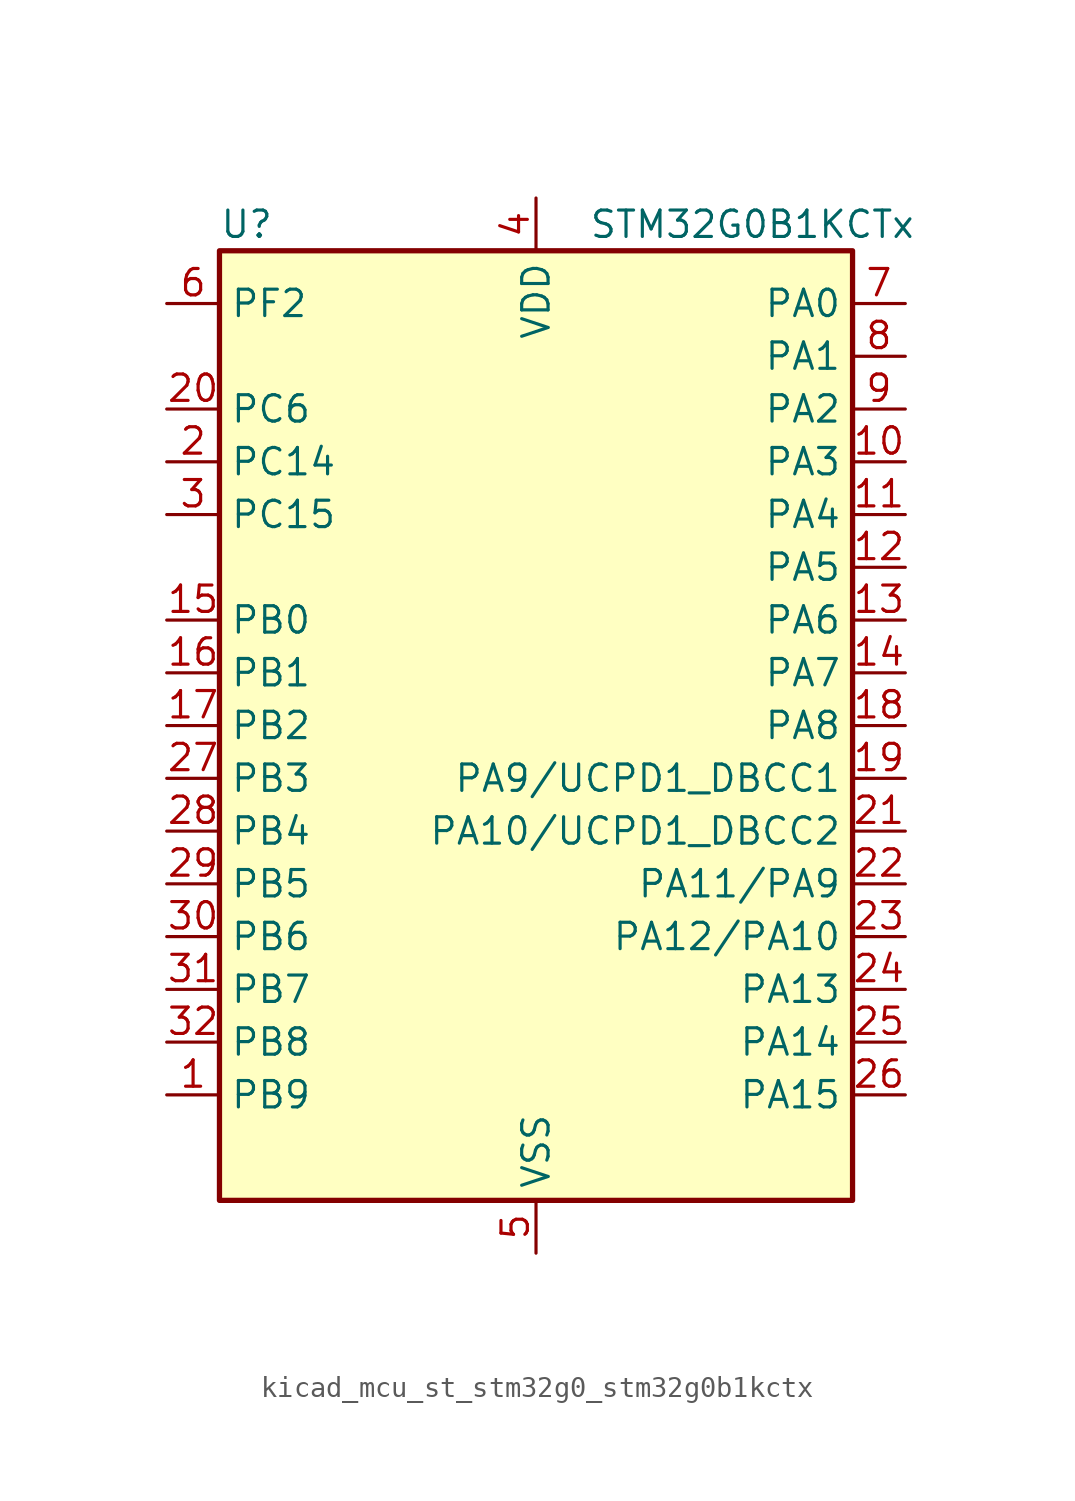
<source format=kicad_sym>
(kicad_symbol_lib
  (version 20220914)
  (generator kicad_symbol_editor)
  (symbol "kicad_mcu_st_stm32g0_stm32g0b1kctx"
    (property "Reference" "U"
      (at -15.24 24.13 0)
      (effects (font (size 1.27 1.27)) (justify left)))
    (property "Value" "STM32G0B1KCTx"
      (at 2.54 24.13 0)
      (effects (font (size 1.27 1.27)) (justify left)))
    (property "ki_locked" ""
      (at 0 0 0)
      (effects (font (size 1.27 1.27))))
    (symbol "kicad_mcu_st_stm32g0_stm32g0b1kctx_0_1"
      (rectangle (start -15.24 -22.86) (end 15.24 22.86) (stroke (width 0.254) (type default)) (fill (type background))))
    (symbol "kicad_mcu_st_stm32g0_stm32g0b1kctx_1_1"
      (pin bidirectional line (at -17.78 -17.78 0) (length 2.54) (name "PB9" (effects (font (size 1.27 1.27)))) (number "1" (effects (font (size 1.27 1.27)))) (alternate "DAC1_EXTI9" bidirectional line) (alternate "FDCAN1_TX" bidirectional line) (alternate "I2C1_SDA" bidirectional line) (alternate "I2S2_WS" bidirectional line) (alternate "IR_OUT" bidirectional line) (alternate "SPI2_NSS" bidirectional line) (alternate "TIM17_CH1" bidirectional line) (alternate "TIM4_CH4" bidirectional line) (alternate "USART3_RX" bidirectional line) (alternate "USART6_RX" bidirectional line))
      (pin bidirectional line (at 17.78 12.7 180) (length 2.54) (name "PA3" (effects (font (size 1.27 1.27)))) (number "10" (effects (font (size 1.27 1.27)))) (alternate "ADC1_IN3" bidirectional line) (alternate "COMP2_INP" bidirectional line) (alternate "I2S2_MCK" bidirectional line) (alternate "LPUART1_RX" bidirectional line) (alternate "SPI2_MISO" bidirectional line) (alternate "TIM15_CH2" bidirectional line) (alternate "TIM2_CH4" bidirectional line) (alternate "USART2_RX" bidirectional line))
      (pin bidirectional line (at 17.78 10.16 180) (length 2.54) (name "PA4" (effects (font (size 1.27 1.27)))) (number "11" (effects (font (size 1.27 1.27)))) (alternate "ADC1_IN4" bidirectional line) (alternate "DAC1_OUT1" bidirectional line) (alternate "I2S1_WS" bidirectional line) (alternate "I2S2_SD" bidirectional line) (alternate "LPTIM2_OUT" bidirectional line) (alternate "RTC_OUT1" bidirectional line) (alternate "RTC_TAMP_IN1" bidirectional line) (alternate "RTC_TS" bidirectional line) (alternate "SPI1_NSS" bidirectional line) (alternate "SPI2_MOSI" bidirectional line) (alternate "SPI3_NSS" bidirectional line) (alternate "SYS_WKUP2" bidirectional line) (alternate "TIM14_CH1" bidirectional line) (alternate "USART6_TX" bidirectional line) (alternate "USB_NOE" bidirectional line))
      (pin bidirectional line (at 17.78 7.62 180) (length 2.54) (name "PA5" (effects (font (size 1.27 1.27)))) (number "12" (effects (font (size 1.27 1.27)))) (alternate "ADC1_IN5" bidirectional line) (alternate "CEC" bidirectional line) (alternate "DAC1_OUT2" bidirectional line) (alternate "I2S1_CK" bidirectional line) (alternate "LPTIM2_ETR" bidirectional line) (alternate "SPI1_SCK" bidirectional line) (alternate "TIM2_CH1" bidirectional line) (alternate "TIM2_ETR" bidirectional line) (alternate "UCPD1_FRSTX1" bidirectional line) (alternate "UCPD1_FRSTX2" bidirectional line) (alternate "USART3_TX" bidirectional line) (alternate "USART6_RX" bidirectional line))
      (pin bidirectional line (at 17.78 5.08 180) (length 2.54) (name "PA6" (effects (font (size 1.27 1.27)))) (number "13" (effects (font (size 1.27 1.27)))) (alternate "ADC1_IN6" bidirectional line) (alternate "COMP1_OUT" bidirectional line) (alternate "I2C2_SDA" bidirectional line) (alternate "I2C3_SDA" bidirectional line) (alternate "I2S1_MCK" bidirectional line) (alternate "LPUART1_CTS" bidirectional line) (alternate "SPI1_MISO" bidirectional line) (alternate "TIM16_CH1" bidirectional line) (alternate "TIM1_BK" bidirectional line) (alternate "TIM3_CH1" bidirectional line) (alternate "USART3_CTS" bidirectional line) (alternate "USART3_NSS" bidirectional line) (alternate "USART6_CTS" bidirectional line) (alternate "USART6_NSS" bidirectional line))
      (pin bidirectional line (at 17.78 2.54 180) (length 2.54) (name "PA7" (effects (font (size 1.27 1.27)))) (number "14" (effects (font (size 1.27 1.27)))) (alternate "ADC1_IN7" bidirectional line) (alternate "COMP2_OUT" bidirectional line) (alternate "I2C2_SCL" bidirectional line) (alternate "I2C3_SCL" bidirectional line) (alternate "I2S1_SD" bidirectional line) (alternate "SPI1_MOSI" bidirectional line) (alternate "TIM14_CH1" bidirectional line) (alternate "TIM17_CH1" bidirectional line) (alternate "TIM1_CH1N" bidirectional line) (alternate "TIM3_CH2" bidirectional line) (alternate "UCPD1_FRSTX1" bidirectional line) (alternate "UCPD1_FRSTX2" bidirectional line) (alternate "USART6_CK" bidirectional line) (alternate "USART6_DE" bidirectional line) (alternate "USART6_RTS" bidirectional line))
      (pin bidirectional line (at -17.78 5.08 0) (length 2.54) (name "PB0" (effects (font (size 1.27 1.27)))) (number "15" (effects (font (size 1.27 1.27)))) (alternate "ADC1_IN8" bidirectional line) (alternate "COMP1_OUT" bidirectional line) (alternate "COMP3_INP" bidirectional line) (alternate "FDCAN2_RX" bidirectional line) (alternate "I2S1_WS" bidirectional line) (alternate "LPTIM1_OUT" bidirectional line) (alternate "LPUART2_CTS" bidirectional line) (alternate "SPI1_NSS" bidirectional line) (alternate "TIM1_CH2N" bidirectional line) (alternate "TIM3_CH3" bidirectional line) (alternate "UCPD1_FRSTX1" bidirectional line) (alternate "UCPD1_FRSTX2" bidirectional line) (alternate "USART3_RX" bidirectional line) (alternate "USART5_TX" bidirectional line))
      (pin bidirectional line (at -17.78 2.54 0) (length 2.54) (name "PB1" (effects (font (size 1.27 1.27)))) (number "16" (effects (font (size 1.27 1.27)))) (alternate "ADC1_IN9" bidirectional line) (alternate "COMP1_INM" bidirectional line) (alternate "COMP3_OUT" bidirectional line) (alternate "FDCAN2_TX" bidirectional line) (alternate "LPTIM2_IN1" bidirectional line) (alternate "LPUART1_DE" bidirectional line) (alternate "LPUART1_RTS" bidirectional line) (alternate "LPUART2_DE" bidirectional line) (alternate "LPUART2_RTS" bidirectional line) (alternate "TIM14_CH1" bidirectional line) (alternate "TIM1_CH3N" bidirectional line) (alternate "TIM3_CH4" bidirectional line) (alternate "USART3_CK" bidirectional line) (alternate "USART3_DE" bidirectional line) (alternate "USART3_RTS" bidirectional line) (alternate "USART5_RX" bidirectional line))
      (pin bidirectional line (at -17.78 0 0) (length 2.54) (name "PB2" (effects (font (size 1.27 1.27)))) (number "17" (effects (font (size 1.27 1.27)))) (alternate "ADC1_IN10" bidirectional line) (alternate "COMP1_INP" bidirectional line) (alternate "COMP3_INM" bidirectional line) (alternate "I2S2_MCK" bidirectional line) (alternate "LPTIM1_OUT" bidirectional line) (alternate "RCC_MCO_2" bidirectional line) (alternate "SPI2_MISO" bidirectional line) (alternate "USART3_TX" bidirectional line))
      (pin bidirectional line (at 17.78 0 180) (length 2.54) (name "PA8" (effects (font (size 1.27 1.27)))) (number "18" (effects (font (size 1.27 1.27)))) (alternate "CRS1_SYNC" bidirectional line) (alternate "I2C2_SMBA" bidirectional line) (alternate "I2S2_WS" bidirectional line) (alternate "LPTIM2_OUT" bidirectional line) (alternate "RCC_MCO" bidirectional line) (alternate "SPI2_NSS" bidirectional line) (alternate "TIM1_CH1" bidirectional line) (alternate "UCPD1_CC1" bidirectional line))
      (pin bidirectional line (at 17.78 -2.54 180) (length 2.54) (name "PA9/UCPD1_DBCC1" (effects (font (size 1.27 1.27)))) (number "19" (effects (font (size 1.27 1.27)))) (alternate "DAC1_EXTI9" bidirectional line) (alternate "I2C1_SCL" bidirectional line) (alternate "I2C2_SCL" bidirectional line) (alternate "I2S2_MCK" bidirectional line) (alternate "RCC_MCO" bidirectional line) (alternate "SPI2_MISO" bidirectional line) (alternate "TIM15_BK" bidirectional line) (alternate "TIM1_CH2" bidirectional line) (alternate "UCPD1_DBCC1" bidirectional line) (alternate "USART1_TX" bidirectional line))
      (pin bidirectional line (at -17.78 12.7 0) (length 2.54) (name "PC14" (effects (font (size 1.27 1.27)))) (number "2" (effects (font (size 1.27 1.27)))) (alternate "RCC_OSC32_IN" bidirectional line) (alternate "RCC_OSC_IN" bidirectional line) (alternate "TIM1_BK2" bidirectional line))
      (pin bidirectional line (at -17.78 15.24 0) (length 2.54) (name "PC6" (effects (font (size 1.27 1.27)))) (number "20" (effects (font (size 1.27 1.27)))) (alternate "LPUART2_TX" bidirectional line) (alternate "TIM2_CH3" bidirectional line) (alternate "TIM3_CH1" bidirectional line) (alternate "UCPD1_FRSTX1" bidirectional line) (alternate "UCPD1_FRSTX2" bidirectional line))
      (pin bidirectional line (at 17.78 -5.08 180) (length 2.54) (name "PA10/UCPD1_DBCC2" (effects (font (size 1.27 1.27)))) (number "21" (effects (font (size 1.27 1.27)))) (alternate "I2C1_SDA" bidirectional line) (alternate "I2C2_SDA" bidirectional line) (alternate "I2S2_SD" bidirectional line) (alternate "RCC_MCO_2" bidirectional line) (alternate "SPI2_MOSI" bidirectional line) (alternate "TIM17_BK" bidirectional line) (alternate "TIM1_CH3" bidirectional line) (alternate "UCPD1_DBCC2" bidirectional line) (alternate "USART1_RX" bidirectional line))
      (pin bidirectional line (at 17.78 -7.62 180) (length 2.54) (name "PA11/PA9" (effects (font (size 1.27 1.27)))) (number "22" (effects (font (size 1.27 1.27)))) (alternate "ADC1_EXTI11" bidirectional line) (alternate "COMP1_OUT" bidirectional line) (alternate "FDCAN1_RX" bidirectional line) (alternate "I2C2_SCL" bidirectional line) (alternate "I2S1_MCK" bidirectional line) (alternate "SPI1_MISO" bidirectional line) (alternate "TIM1_BK2" bidirectional line) (alternate "TIM1_CH4" bidirectional line) (alternate "USART1_CTS" bidirectional line) (alternate "USART1_NSS" bidirectional line) (alternate "USB_DM" bidirectional line))
      (pin bidirectional line (at 17.78 -10.16 180) (length 2.54) (name "PA12/PA10" (effects (font (size 1.27 1.27)))) (number "23" (effects (font (size 1.27 1.27)))) (alternate "COMP2_OUT" bidirectional line) (alternate "FDCAN1_TX" bidirectional line) (alternate "I2C2_SDA" bidirectional line) (alternate "I2S1_SD" bidirectional line) (alternate "I2S_CKIN" bidirectional line) (alternate "SPI1_MOSI" bidirectional line) (alternate "TIM1_ETR" bidirectional line) (alternate "USART1_CK" bidirectional line) (alternate "USART1_DE" bidirectional line) (alternate "USART1_RTS" bidirectional line) (alternate "USB_DP" bidirectional line))
      (pin bidirectional line (at 17.78 -12.7 180) (length 2.54) (name "PA13" (effects (font (size 1.27 1.27)))) (number "24" (effects (font (size 1.27 1.27)))) (alternate "IR_OUT" bidirectional line) (alternate "LPUART2_RX" bidirectional line) (alternate "SYS_SWDIO" bidirectional line) (alternate "USB_NOE" bidirectional line))
      (pin bidirectional line (at 17.78 -15.24 180) (length 2.54) (name "PA14" (effects (font (size 1.27 1.27)))) (number "25" (effects (font (size 1.27 1.27)))) (alternate "LPUART2_TX" bidirectional line) (alternate "SYS_SWCLK" bidirectional line) (alternate "USART2_TX" bidirectional line))
      (pin bidirectional line (at 17.78 -17.78 180) (length 2.54) (name "PA15" (effects (font (size 1.27 1.27)))) (number "26" (effects (font (size 1.27 1.27)))) (alternate "I2C2_SMBA" bidirectional line) (alternate "I2S1_WS" bidirectional line) (alternate "RCC_MCO_2" bidirectional line) (alternate "SPI1_NSS" bidirectional line) (alternate "SPI3_NSS" bidirectional line) (alternate "TIM2_CH1" bidirectional line) (alternate "TIM2_ETR" bidirectional line) (alternate "USART2_RX" bidirectional line) (alternate "USART3_CK" bidirectional line) (alternate "USART3_DE" bidirectional line) (alternate "USART3_RTS" bidirectional line) (alternate "USART4_CK" bidirectional line) (alternate "USART4_DE" bidirectional line) (alternate "USART4_RTS" bidirectional line) (alternate "USB_NOE" bidirectional line))
      (pin bidirectional line (at -17.78 -2.54 0) (length 2.54) (name "PB3" (effects (font (size 1.27 1.27)))) (number "27" (effects (font (size 1.27 1.27)))) (alternate "COMP2_INM" bidirectional line) (alternate "I2C2_SCL" bidirectional line) (alternate "I2C3_SCL" bidirectional line) (alternate "I2S1_CK" bidirectional line) (alternate "SPI1_SCK" bidirectional line) (alternate "SPI3_SCK" bidirectional line) (alternate "TIM1_CH2" bidirectional line) (alternate "TIM2_CH2" bidirectional line) (alternate "USART1_CK" bidirectional line) (alternate "USART1_DE" bidirectional line) (alternate "USART1_RTS" bidirectional line) (alternate "USART5_TX" bidirectional line))
      (pin bidirectional line (at -17.78 -5.08 0) (length 2.54) (name "PB4" (effects (font (size 1.27 1.27)))) (number "28" (effects (font (size 1.27 1.27)))) (alternate "COMP2_INP" bidirectional line) (alternate "I2C2_SDA" bidirectional line) (alternate "I2C3_SDA" bidirectional line) (alternate "I2S1_MCK" bidirectional line) (alternate "SPI1_MISO" bidirectional line) (alternate "SPI3_MISO" bidirectional line) (alternate "TIM17_BK" bidirectional line) (alternate "TIM3_CH1" bidirectional line) (alternate "USART1_CTS" bidirectional line) (alternate "USART1_NSS" bidirectional line) (alternate "USART5_RX" bidirectional line))
      (pin bidirectional line (at -17.78 -7.62 0) (length 2.54) (name "PB5" (effects (font (size 1.27 1.27)))) (number "29" (effects (font (size 1.27 1.27)))) (alternate "COMP2_OUT" bidirectional line) (alternate "FDCAN2_RX" bidirectional line) (alternate "I2C1_SMBA" bidirectional line) (alternate "I2S1_SD" bidirectional line) (alternate "LPTIM1_IN1" bidirectional line) (alternate "SPI1_MOSI" bidirectional line) (alternate "SPI3_MOSI" bidirectional line) (alternate "SYS_WKUP6" bidirectional line) (alternate "TIM16_BK" bidirectional line) (alternate "TIM3_CH2" bidirectional line) (alternate "USART5_CK" bidirectional line) (alternate "USART5_DE" bidirectional line) (alternate "USART5_RTS" bidirectional line))
      (pin bidirectional line (at -17.78 10.16 0) (length 2.54) (name "PC15" (effects (font (size 1.27 1.27)))) (number "3" (effects (font (size 1.27 1.27)))) (alternate "RCC_OSC32_EN" bidirectional line) (alternate "RCC_OSC32_OUT" bidirectional line) (alternate "RCC_OSC_EN" bidirectional line) (alternate "TIM15_BK" bidirectional line))
      (pin bidirectional line (at -17.78 -10.16 0) (length 2.54) (name "PB6" (effects (font (size 1.27 1.27)))) (number "30" (effects (font (size 1.27 1.27)))) (alternate "COMP2_INP" bidirectional line) (alternate "FDCAN2_TX" bidirectional line) (alternate "I2C1_SCL" bidirectional line) (alternate "I2S2_MCK" bidirectional line) (alternate "LPTIM1_ETR" bidirectional line) (alternate "LPUART2_TX" bidirectional line) (alternate "SPI2_MISO" bidirectional line) (alternate "TIM16_CH1N" bidirectional line) (alternate "TIM1_CH3" bidirectional line) (alternate "TIM4_CH1" bidirectional line) (alternate "USART1_TX" bidirectional line) (alternate "USART5_CTS" bidirectional line) (alternate "USART5_NSS" bidirectional line))
      (pin bidirectional line (at -17.78 -12.7 0) (length 2.54) (name "PB7" (effects (font (size 1.27 1.27)))) (number "31" (effects (font (size 1.27 1.27)))) (alternate "COMP2_INM" bidirectional line) (alternate "I2C1_SDA" bidirectional line) (alternate "I2S2_SD" bidirectional line) (alternate "LPTIM1_IN2" bidirectional line) (alternate "LPUART2_RX" bidirectional line) (alternate "SPI2_MOSI" bidirectional line) (alternate "SYS_PVD_IN" bidirectional line) (alternate "TIM17_CH1N" bidirectional line) (alternate "TIM4_CH2" bidirectional line) (alternate "USART1_RX" bidirectional line) (alternate "USART4_CTS" bidirectional line) (alternate "USART4_NSS" bidirectional line))
      (pin bidirectional line (at -17.78 -15.24 0) (length 2.54) (name "PB8" (effects (font (size 1.27 1.27)))) (number "32" (effects (font (size 1.27 1.27)))) (alternate "CEC" bidirectional line) (alternate "FDCAN1_RX" bidirectional line) (alternate "I2C1_SCL" bidirectional line) (alternate "I2S2_CK" bidirectional line) (alternate "SPI2_SCK" bidirectional line) (alternate "TIM15_BK" bidirectional line) (alternate "TIM16_CH1" bidirectional line) (alternate "TIM4_CH3" bidirectional line) (alternate "USART3_TX" bidirectional line) (alternate "USART6_TX" bidirectional line))
      (pin power_in line (at 0 25.4 270) (length 2.54) (name "VDD" (effects (font (size 1.27 1.27)))) (number "4" (effects (font (size 1.27 1.27)))))
      (pin power_in line (at 0 -25.4 90) (length 2.54) (name "VSS" (effects (font (size 1.27 1.27)))) (number "5" (effects (font (size 1.27 1.27)))))
      (pin bidirectional line (at -17.78 20.32 0) (length 2.54) (name "PF2" (effects (font (size 1.27 1.27)))) (number "6" (effects (font (size 1.27 1.27)))) (alternate "LPUART2_DE" bidirectional line) (alternate "LPUART2_RTS" bidirectional line) (alternate "LPUART2_TX" bidirectional line) (alternate "RCC_MCO" bidirectional line))
      (pin bidirectional line (at 17.78 20.32 180) (length 2.54) (name "PA0" (effects (font (size 1.27 1.27)))) (number "7" (effects (font (size 1.27 1.27)))) (alternate "ADC1_IN0" bidirectional line) (alternate "COMP1_INM" bidirectional line) (alternate "COMP1_OUT" bidirectional line) (alternate "I2S2_CK" bidirectional line) (alternate "LPTIM1_OUT" bidirectional line) (alternate "RTC_TAMP_IN2" bidirectional line) (alternate "SPI2_SCK" bidirectional line) (alternate "SYS_WKUP1" bidirectional line) (alternate "TIM2_CH1" bidirectional line) (alternate "TIM2_ETR" bidirectional line) (alternate "USART2_CTS" bidirectional line) (alternate "USART2_NSS" bidirectional line) (alternate "USART4_TX" bidirectional line))
      (pin bidirectional line (at 17.78 17.78 180) (length 2.54) (name "PA1" (effects (font (size 1.27 1.27)))) (number "8" (effects (font (size 1.27 1.27)))) (alternate "ADC1_IN1" bidirectional line) (alternate "COMP1_INP" bidirectional line) (alternate "I2C1_SMBA" bidirectional line) (alternate "I2S1_CK" bidirectional line) (alternate "SPI1_SCK" bidirectional line) (alternate "TIM15_CH1N" bidirectional line) (alternate "TIM2_CH2" bidirectional line) (alternate "USART2_CK" bidirectional line) (alternate "USART2_DE" bidirectional line) (alternate "USART2_RTS" bidirectional line) (alternate "USART4_RX" bidirectional line))
      (pin bidirectional line (at 17.78 15.24 180) (length 2.54) (name "PA2" (effects (font (size 1.27 1.27)))) (number "9" (effects (font (size 1.27 1.27)))) (alternate "ADC1_IN2" bidirectional line) (alternate "COMP2_INM" bidirectional line) (alternate "COMP2_OUT" bidirectional line) (alternate "I2S1_SD" bidirectional line) (alternate "LPUART1_TX" bidirectional line) (alternate "RCC_LSCO" bidirectional line) (alternate "SPI1_MOSI" bidirectional line) (alternate "SYS_WKUP4" bidirectional line) (alternate "TIM15_CH1" bidirectional line) (alternate "TIM2_CH3" bidirectional line) (alternate "UCPD1_FRSTX1" bidirectional line) (alternate "UCPD1_FRSTX2" bidirectional line) (alternate "USART2_TX" bidirectional line)))))
</source>
